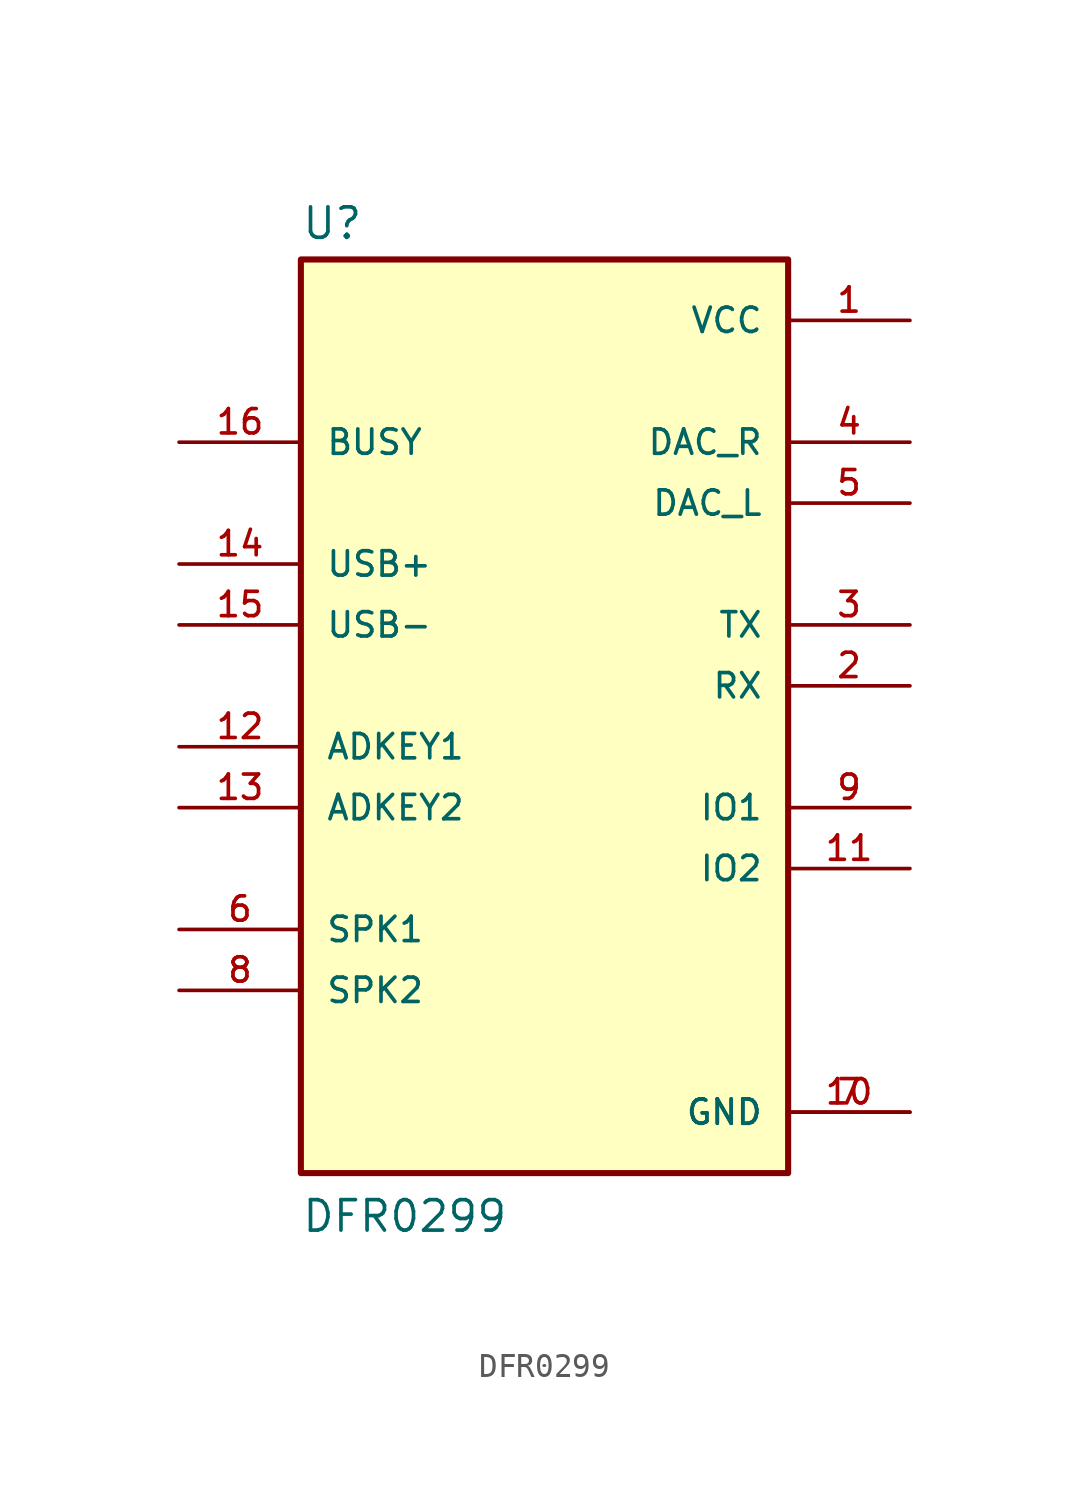
<source format=kicad_sym>
(kicad_symbol_lib
  (version 20211014)
  (generator kicad_symbol_editor)
  (symbol "DFR0299"
    (pin_names
      (offset 1.016))
    (property "Reference" "U"
      (at -10.16 18.542 0)
      (effects (font (size 1.27 1.27)) (justify bottom left)))
    (property "Value" "DFR0299"
      (at -10.16 -22.86 0)
      (effects (font (size 1.27 1.27)) (justify bottom left)))
    (symbol "DFR0299_0_0"
      (rectangle (start -10.16 -20.32) (end 10.16 17.78) (stroke (width 0.254)) (fill (type background)))
      (pin power_in line (at 15.24 15.24 180.0) (length 5.08) (name "VCC" (effects (font (size 1.016 1.016)))) (number "1" (effects (font (size 1.016 1.016)))))
      (pin input line (at 15.24 0.0 180.0) (length 5.08) (name "RX" (effects (font (size 1.016 1.016)))) (number "2" (effects (font (size 1.016 1.016)))))
      (pin output line (at 15.24 2.54 180.0) (length 5.08) (name "TX" (effects (font (size 1.016 1.016)))) (number "3" (effects (font (size 1.016 1.016)))))
      (pin output line (at 15.24 10.16 180.0) (length 5.08) (name "DAC_R" (effects (font (size 1.016 1.016)))) (number "4" (effects (font (size 1.016 1.016)))))
      (pin output line (at 15.24 7.62 180.0) (length 5.08) (name "DAC_L" (effects (font (size 1.016 1.016)))) (number "5" (effects (font (size 1.016 1.016)))))
      (pin passive line (at -15.24 -12.7 0) (length 5.08) (name "SPK2" (effects (font (size 1.016 1.016)))) (number "8" (effects (font (size 1.016 1.016)))))
      (pin power_in line (at 15.24 -17.78 180.0) (length 5.08) (name "GND" (effects (font (size 1.016 1.016)))) (number "7" (effects (font (size 1.016 1.016)))))
      (pin power_in line (at 15.24 -17.78 180.0) (length 5.08) (name "GND" (effects (font (size 1.016 1.016)))) (number "10" (effects (font (size 1.016 1.016)))))
      (pin passive line (at -15.24 -10.16 0) (length 5.08) (name "SPK1" (effects (font (size 1.016 1.016)))) (number "6" (effects (font (size 1.016 1.016)))))
      (pin bidirectional line (at 15.24 -5.08 180.0) (length 5.08) (name "IO1" (effects (font (size 1.016 1.016)))) (number "9" (effects (font (size 1.016 1.016)))))
      (pin bidirectional line (at 15.24 -7.62 180.0) (length 5.08) (name "IO2" (effects (font (size 1.016 1.016)))) (number "11" (effects (font (size 1.016 1.016)))))
      (pin input line (at -15.24 -2.54 0) (length 5.08) (name "ADKEY1" (effects (font (size 1.016 1.016)))) (number "12" (effects (font (size 1.016 1.016)))))
      (pin input line (at -15.24 -5.08 0) (length 5.08) (name "ADKEY2" (effects (font (size 1.016 1.016)))) (number "13" (effects (font (size 1.016 1.016)))))
      (pin input line (at -15.24 5.08 0) (length 5.08) (name "USB+" (effects (font (size 1.016 1.016)))) (number "14" (effects (font (size 1.016 1.016)))))
      (pin input line (at -15.24 2.54 0) (length 5.08) (name "USB-" (effects (font (size 1.016 1.016)))) (number "15" (effects (font (size 1.016 1.016)))))
      (pin input line (at -15.24 10.16 0) (length 5.08) (name "BUSY" (effects (font (size 1.016 1.016)))) (number "16" (effects (font (size 1.016 1.016))))))))
</source>
